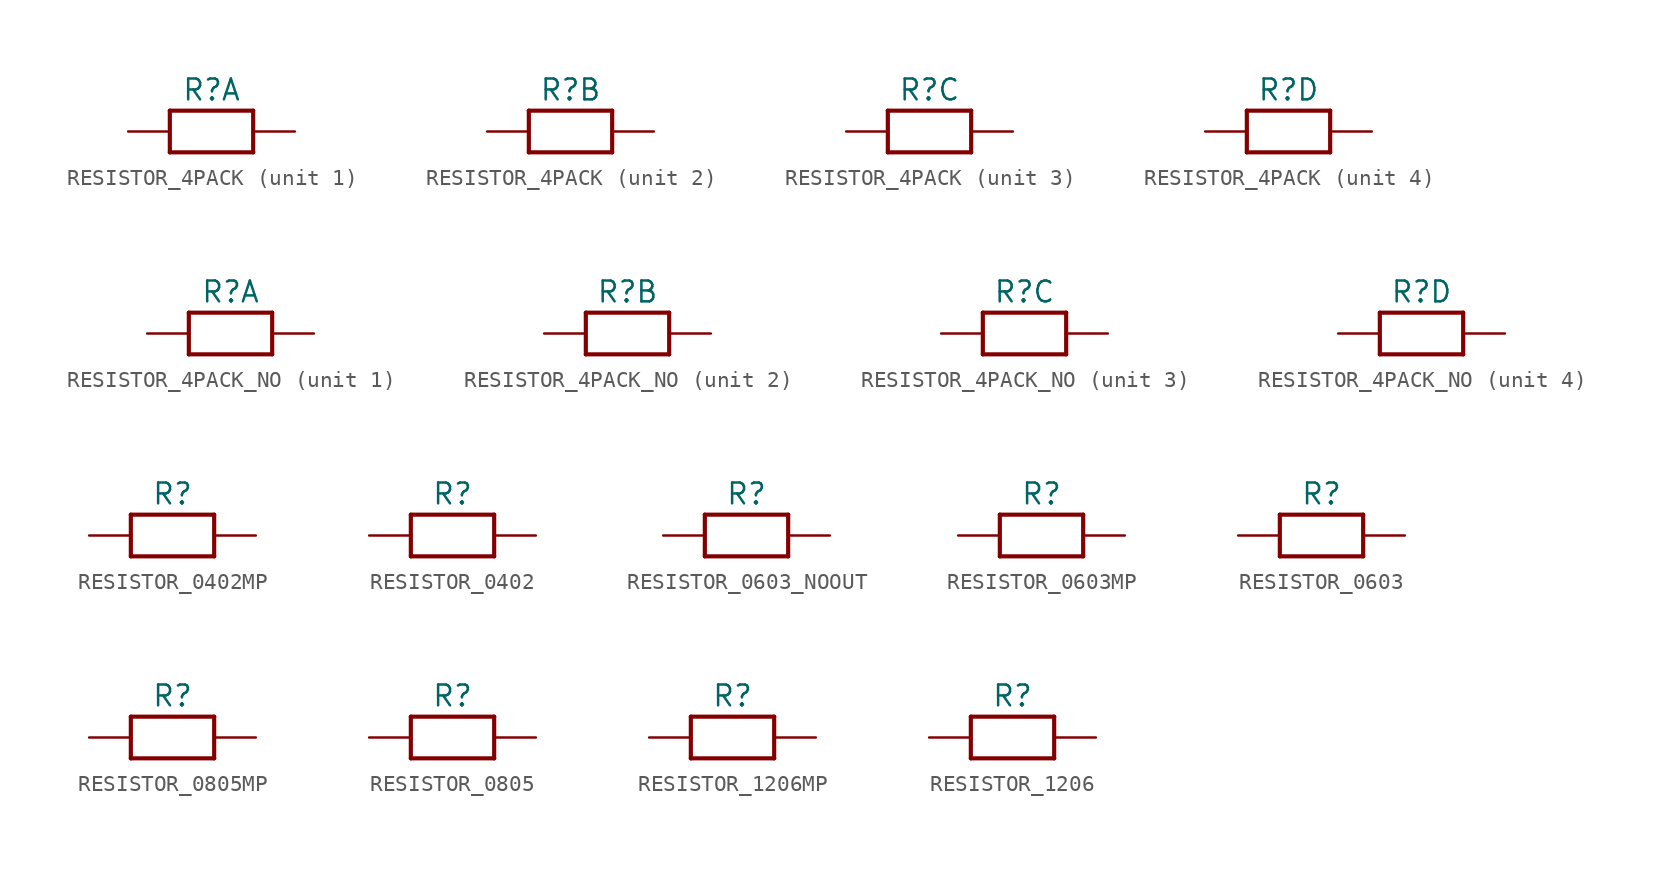
<source format=kicad_sym>
(kicad_symbol_lib
  (version 20231120)
  (generator "kicad_symbol_editor")
  (generator_version "8.0")
  (symbol "RESISTOR_4PACK"
    (property "Reference" "R"
      (at 0 2.54 0)
      (effects (font (size 1.27 1.27))))
    (property "Value" ""
      (at 0 0 0)
      (effects (font (size 1.016 1.016) (thickness 0.203) (bold yes))))
    (property "ki_locked" ""
      (at 0 0 0)
      (effects (font (size 1.27 1.27))))
    (symbol "RESISTOR_4PACK_1_0"
      (polyline (pts (xy -2.54 -1.27) (xy -2.54 1.27)) (stroke (width 0.254) (type solid)) (fill (type none)))
      (polyline (pts (xy -2.54 1.27) (xy 2.54 1.27)) (stroke (width 0.254) (type solid)) (fill (type none)))
      (polyline (pts (xy 2.54 -1.27) (xy -2.54 -1.27)) (stroke (width 0.254) (type solid)) (fill (type none)))
      (polyline (pts (xy 2.54 1.27) (xy 2.54 -1.27)) (stroke (width 0.254) (type solid)) (fill (type none)))
      (pin passive line (at -5.08 0 0) (length 2.54) (name "1" (effects (font (size 0 0)))) (number "1" (effects (font (size 0 0)))))
      (pin passive line (at 5.08 0 180) (length 2.54) (name "2" (effects (font (size 0 0)))) (number "8" (effects (font (size 0 0))))))
    (symbol "RESISTOR_4PACK_2_0"
      (polyline (pts (xy -2.54 -1.27) (xy -2.54 1.27)) (stroke (width 0.254) (type solid)) (fill (type none)))
      (polyline (pts (xy -2.54 1.27) (xy 2.54 1.27)) (stroke (width 0.254) (type solid)) (fill (type none)))
      (polyline (pts (xy 2.54 -1.27) (xy -2.54 -1.27)) (stroke (width 0.254) (type solid)) (fill (type none)))
      (polyline (pts (xy 2.54 1.27) (xy 2.54 -1.27)) (stroke (width 0.254) (type solid)) (fill (type none)))
      (pin passive line (at -5.08 0 0) (length 2.54) (name "1" (effects (font (size 0 0)))) (number "2" (effects (font (size 0 0)))))
      (pin passive line (at 5.08 0 180) (length 2.54) (name "2" (effects (font (size 0 0)))) (number "7" (effects (font (size 0 0))))))
    (symbol "RESISTOR_4PACK_3_0"
      (polyline (pts (xy -2.54 -1.27) (xy -2.54 1.27)) (stroke (width 0.254) (type solid)) (fill (type none)))
      (polyline (pts (xy -2.54 1.27) (xy 2.54 1.27)) (stroke (width 0.254) (type solid)) (fill (type none)))
      (polyline (pts (xy 2.54 -1.27) (xy -2.54 -1.27)) (stroke (width 0.254) (type solid)) (fill (type none)))
      (polyline (pts (xy 2.54 1.27) (xy 2.54 -1.27)) (stroke (width 0.254) (type solid)) (fill (type none)))
      (pin passive line (at -5.08 0 0) (length 2.54) (name "1" (effects (font (size 0 0)))) (number "3" (effects (font (size 0 0)))))
      (pin passive line (at 5.08 0 180) (length 2.54) (name "2" (effects (font (size 0 0)))) (number "6" (effects (font (size 0 0))))))
    (symbol "RESISTOR_4PACK_4_0"
      (polyline (pts (xy -2.54 -1.27) (xy -2.54 1.27)) (stroke (width 0.254) (type solid)) (fill (type none)))
      (polyline (pts (xy -2.54 1.27) (xy 2.54 1.27)) (stroke (width 0.254) (type solid)) (fill (type none)))
      (polyline (pts (xy 2.54 -1.27) (xy -2.54 -1.27)) (stroke (width 0.254) (type solid)) (fill (type none)))
      (polyline (pts (xy 2.54 1.27) (xy 2.54 -1.27)) (stroke (width 0.254) (type solid)) (fill (type none)))
      (pin passive line (at -5.08 0 0) (length 2.54) (name "1" (effects (font (size 0 0)))) (number "4" (effects (font (size 0 0)))))
      (pin passive line (at 5.08 0 180) (length 2.54) (name "2" (effects (font (size 0 0)))) (number "5" (effects (font (size 0 0)))))))
  (symbol "RESISTOR_4PACK_NO"
    (property "Reference" "R"
      (at 0 2.54 0)
      (effects (font (size 1.27 1.27))))
    (property "Value" ""
      (at 0 0 0)
      (effects (font (size 1.016 1.016) (thickness 0.203) (bold yes))))
    (property "ki_locked" ""
      (at 0 0 0)
      (effects (font (size 1.27 1.27))))
    (symbol "RESISTOR_4PACK_NO_1_0"
      (polyline (pts (xy -2.54 -1.27) (xy -2.54 1.27)) (stroke (width 0.254) (type solid)) (fill (type none)))
      (polyline (pts (xy -2.54 1.27) (xy 2.54 1.27)) (stroke (width 0.254) (type solid)) (fill (type none)))
      (polyline (pts (xy 2.54 -1.27) (xy -2.54 -1.27)) (stroke (width 0.254) (type solid)) (fill (type none)))
      (polyline (pts (xy 2.54 1.27) (xy 2.54 -1.27)) (stroke (width 0.254) (type solid)) (fill (type none)))
      (pin passive line (at -5.08 0 0) (length 2.54) (name "1" (effects (font (size 0 0)))) (number "1" (effects (font (size 0 0)))))
      (pin passive line (at 5.08 0 180) (length 2.54) (name "2" (effects (font (size 0 0)))) (number "8" (effects (font (size 0 0))))))
    (symbol "RESISTOR_4PACK_NO_2_0"
      (polyline (pts (xy -2.54 -1.27) (xy -2.54 1.27)) (stroke (width 0.254) (type solid)) (fill (type none)))
      (polyline (pts (xy -2.54 1.27) (xy 2.54 1.27)) (stroke (width 0.254) (type solid)) (fill (type none)))
      (polyline (pts (xy 2.54 -1.27) (xy -2.54 -1.27)) (stroke (width 0.254) (type solid)) (fill (type none)))
      (polyline (pts (xy 2.54 1.27) (xy 2.54 -1.27)) (stroke (width 0.254) (type solid)) (fill (type none)))
      (pin passive line (at -5.08 0 0) (length 2.54) (name "1" (effects (font (size 0 0)))) (number "2" (effects (font (size 0 0)))))
      (pin passive line (at 5.08 0 180) (length 2.54) (name "2" (effects (font (size 0 0)))) (number "7" (effects (font (size 0 0))))))
    (symbol "RESISTOR_4PACK_NO_3_0"
      (polyline (pts (xy -2.54 -1.27) (xy -2.54 1.27)) (stroke (width 0.254) (type solid)) (fill (type none)))
      (polyline (pts (xy -2.54 1.27) (xy 2.54 1.27)) (stroke (width 0.254) (type solid)) (fill (type none)))
      (polyline (pts (xy 2.54 -1.27) (xy -2.54 -1.27)) (stroke (width 0.254) (type solid)) (fill (type none)))
      (polyline (pts (xy 2.54 1.27) (xy 2.54 -1.27)) (stroke (width 0.254) (type solid)) (fill (type none)))
      (pin passive line (at -5.08 0 0) (length 2.54) (name "1" (effects (font (size 0 0)))) (number "3" (effects (font (size 0 0)))))
      (pin passive line (at 5.08 0 180) (length 2.54) (name "2" (effects (font (size 0 0)))) (number "6" (effects (font (size 0 0))))))
    (symbol "RESISTOR_4PACK_NO_4_0"
      (polyline (pts (xy -2.54 -1.27) (xy -2.54 1.27)) (stroke (width 0.254) (type solid)) (fill (type none)))
      (polyline (pts (xy -2.54 1.27) (xy 2.54 1.27)) (stroke (width 0.254) (type solid)) (fill (type none)))
      (polyline (pts (xy 2.54 -1.27) (xy -2.54 -1.27)) (stroke (width 0.254) (type solid)) (fill (type none)))
      (polyline (pts (xy 2.54 1.27) (xy 2.54 -1.27)) (stroke (width 0.254) (type solid)) (fill (type none)))
      (pin passive line (at -5.08 0 0) (length 2.54) (name "1" (effects (font (size 0 0)))) (number "4" (effects (font (size 0 0)))))
      (pin passive line (at 5.08 0 180) (length 2.54) (name "2" (effects (font (size 0 0)))) (number "5" (effects (font (size 0 0)))))))
  (symbol "RESISTOR_0402MP"
    (property "Reference" "R"
      (at 0 2.54 0)
      (effects (font (size 1.27 1.27))))
    (property "Value" ""
      (at 0 0 0)
      (effects (font (size 1.016 1.016) (thickness 0.203) (bold yes))))
    (property "ki_locked" ""
      (at 0 0 0)
      (effects (font (size 1.27 1.27))))
    (symbol "RESISTOR_0402MP_1_0"
      (polyline (pts (xy -2.54 -1.27) (xy -2.54 1.27)) (stroke (width 0.254) (type solid)) (fill (type none)))
      (polyline (pts (xy -2.54 1.27) (xy 2.54 1.27)) (stroke (width 0.254) (type solid)) (fill (type none)))
      (polyline (pts (xy 2.54 -1.27) (xy -2.54 -1.27)) (stroke (width 0.254) (type solid)) (fill (type none)))
      (polyline (pts (xy 2.54 1.27) (xy 2.54 -1.27)) (stroke (width 0.254) (type solid)) (fill (type none)))
      (pin passive line (at -5.08 0 0) (length 2.54) (name "1" (effects (font (size 0 0)))) (number "1" (effects (font (size 0 0)))))
      (pin passive line (at 5.08 0 180) (length 2.54) (name "2" (effects (font (size 0 0)))) (number "2" (effects (font (size 0 0)))))))
  (symbol "RESISTOR_0402"
    (property "Reference" "R"
      (at 0 2.54 0)
      (effects (font (size 1.27 1.27))))
    (property "Value" ""
      (at 0 0 0)
      (effects (font (size 1.016 1.016) (thickness 0.203) (bold yes))))
    (property "ki_locked" ""
      (at 0 0 0)
      (effects (font (size 1.27 1.27))))
    (symbol "RESISTOR_0402_1_0"
      (polyline (pts (xy -2.54 -1.27) (xy -2.54 1.27)) (stroke (width 0.254) (type solid)) (fill (type none)))
      (polyline (pts (xy -2.54 1.27) (xy 2.54 1.27)) (stroke (width 0.254) (type solid)) (fill (type none)))
      (polyline (pts (xy 2.54 -1.27) (xy -2.54 -1.27)) (stroke (width 0.254) (type solid)) (fill (type none)))
      (polyline (pts (xy 2.54 1.27) (xy 2.54 -1.27)) (stroke (width 0.254) (type solid)) (fill (type none)))
      (pin passive line (at -5.08 0 0) (length 2.54) (name "1" (effects (font (size 0 0)))) (number "1" (effects (font (size 0 0)))))
      (pin passive line (at 5.08 0 180) (length 2.54) (name "2" (effects (font (size 0 0)))) (number "2" (effects (font (size 0 0)))))))
  (symbol "RESISTOR_0603_NOOUT"
    (property "Reference" "R"
      (at 0 2.54 0)
      (effects (font (size 1.27 1.27))))
    (property "Value" ""
      (at 0 0 0)
      (effects (font (size 1.016 1.016) (thickness 0.203) (bold yes))))
    (property "ki_locked" ""
      (at 0 0 0)
      (effects (font (size 1.27 1.27))))
    (symbol "RESISTOR_0603_NOOUT_1_0"
      (polyline (pts (xy -2.54 -1.27) (xy -2.54 1.27)) (stroke (width 0.254) (type solid)) (fill (type none)))
      (polyline (pts (xy -2.54 1.27) (xy 2.54 1.27)) (stroke (width 0.254) (type solid)) (fill (type none)))
      (polyline (pts (xy 2.54 -1.27) (xy -2.54 -1.27)) (stroke (width 0.254) (type solid)) (fill (type none)))
      (polyline (pts (xy 2.54 1.27) (xy 2.54 -1.27)) (stroke (width 0.254) (type solid)) (fill (type none)))
      (pin passive line (at -5.08 0 0) (length 2.54) (name "1" (effects (font (size 0 0)))) (number "1" (effects (font (size 0 0)))))
      (pin passive line (at 5.08 0 180) (length 2.54) (name "2" (effects (font (size 0 0)))) (number "2" (effects (font (size 0 0)))))))
  (symbol "RESISTOR_0603MP"
    (property "Reference" "R"
      (at 0 2.54 0)
      (effects (font (size 1.27 1.27))))
    (property "Value" ""
      (at 0 0 0)
      (effects (font (size 1.016 1.016) (thickness 0.203) (bold yes))))
    (property "ki_locked" ""
      (at 0 0 0)
      (effects (font (size 1.27 1.27))))
    (symbol "RESISTOR_0603MP_1_0"
      (polyline (pts (xy -2.54 -1.27) (xy -2.54 1.27)) (stroke (width 0.254) (type solid)) (fill (type none)))
      (polyline (pts (xy -2.54 1.27) (xy 2.54 1.27)) (stroke (width 0.254) (type solid)) (fill (type none)))
      (polyline (pts (xy 2.54 -1.27) (xy -2.54 -1.27)) (stroke (width 0.254) (type solid)) (fill (type none)))
      (polyline (pts (xy 2.54 1.27) (xy 2.54 -1.27)) (stroke (width 0.254) (type solid)) (fill (type none)))
      (pin passive line (at -5.08 0 0) (length 2.54) (name "1" (effects (font (size 0 0)))) (number "1" (effects (font (size 0 0)))))
      (pin passive line (at 5.08 0 180) (length 2.54) (name "2" (effects (font (size 0 0)))) (number "2" (effects (font (size 0 0)))))))
  (symbol "RESISTOR_0603"
    (property "Reference" "R"
      (at 0 2.54 0)
      (effects (font (size 1.27 1.27))))
    (property "Value" ""
      (at 0 0 0)
      (effects (font (size 1.016 1.016) (thickness 0.203) (bold yes))))
    (property "ki_locked" ""
      (at 0 0 0)
      (effects (font (size 1.27 1.27))))
    (symbol "RESISTOR_0603_1_0"
      (polyline (pts (xy -2.54 -1.27) (xy -2.54 1.27)) (stroke (width 0.254) (type solid)) (fill (type none)))
      (polyline (pts (xy -2.54 1.27) (xy 2.54 1.27)) (stroke (width 0.254) (type solid)) (fill (type none)))
      (polyline (pts (xy 2.54 -1.27) (xy -2.54 -1.27)) (stroke (width 0.254) (type solid)) (fill (type none)))
      (polyline (pts (xy 2.54 1.27) (xy 2.54 -1.27)) (stroke (width 0.254) (type solid)) (fill (type none)))
      (pin passive line (at -5.08 0 0) (length 2.54) (name "1" (effects (font (size 0 0)))) (number "1" (effects (font (size 0 0)))))
      (pin passive line (at 5.08 0 180) (length 2.54) (name "2" (effects (font (size 0 0)))) (number "2" (effects (font (size 0 0)))))))
  (symbol "RESISTOR_0805MP"
    (property "Reference" "R"
      (at 0 2.54 0)
      (effects (font (size 1.27 1.27))))
    (property "Value" ""
      (at 0 0 0)
      (effects (font (size 1.016 1.016) (thickness 0.203) (bold yes))))
    (property "ki_locked" ""
      (at 0 0 0)
      (effects (font (size 1.27 1.27))))
    (symbol "RESISTOR_0805MP_1_0"
      (polyline (pts (xy -2.54 -1.27) (xy -2.54 1.27)) (stroke (width 0.254) (type solid)) (fill (type none)))
      (polyline (pts (xy -2.54 1.27) (xy 2.54 1.27)) (stroke (width 0.254) (type solid)) (fill (type none)))
      (polyline (pts (xy 2.54 -1.27) (xy -2.54 -1.27)) (stroke (width 0.254) (type solid)) (fill (type none)))
      (polyline (pts (xy 2.54 1.27) (xy 2.54 -1.27)) (stroke (width 0.254) (type solid)) (fill (type none)))
      (pin passive line (at -5.08 0 0) (length 2.54) (name "1" (effects (font (size 0 0)))) (number "1" (effects (font (size 0 0)))))
      (pin passive line (at 5.08 0 180) (length 2.54) (name "2" (effects (font (size 0 0)))) (number "2" (effects (font (size 0 0)))))))
  (symbol "RESISTOR_0805"
    (property "Reference" "R"
      (at 0 2.54 0)
      (effects (font (size 1.27 1.27))))
    (property "Value" ""
      (at 0 0 0)
      (effects (font (size 1.016 1.016) (thickness 0.203) (bold yes))))
    (property "ki_locked" ""
      (at 0 0 0)
      (effects (font (size 1.27 1.27))))
    (symbol "RESISTOR_0805_1_0"
      (polyline (pts (xy -2.54 -1.27) (xy -2.54 1.27)) (stroke (width 0.254) (type solid)) (fill (type none)))
      (polyline (pts (xy -2.54 1.27) (xy 2.54 1.27)) (stroke (width 0.254) (type solid)) (fill (type none)))
      (polyline (pts (xy 2.54 -1.27) (xy -2.54 -1.27)) (stroke (width 0.254) (type solid)) (fill (type none)))
      (polyline (pts (xy 2.54 1.27) (xy 2.54 -1.27)) (stroke (width 0.254) (type solid)) (fill (type none)))
      (pin passive line (at -5.08 0 0) (length 2.54) (name "1" (effects (font (size 0 0)))) (number "1" (effects (font (size 0 0)))))
      (pin passive line (at 5.08 0 180) (length 2.54) (name "2" (effects (font (size 0 0)))) (number "2" (effects (font (size 0 0)))))))
  (symbol "RESISTOR_1206MP"
    (property "Reference" "R"
      (at 0 2.54 0)
      (effects (font (size 1.27 1.27))))
    (property "Value" ""
      (at 0 0 0)
      (effects (font (size 1.016 1.016) (thickness 0.203) (bold yes))))
    (property "ki_locked" ""
      (at 0 0 0)
      (effects (font (size 1.27 1.27))))
    (symbol "RESISTOR_1206MP_1_0"
      (polyline (pts (xy -2.54 -1.27) (xy -2.54 1.27)) (stroke (width 0.254) (type solid)) (fill (type none)))
      (polyline (pts (xy -2.54 1.27) (xy 2.54 1.27)) (stroke (width 0.254) (type solid)) (fill (type none)))
      (polyline (pts (xy 2.54 -1.27) (xy -2.54 -1.27)) (stroke (width 0.254) (type solid)) (fill (type none)))
      (polyline (pts (xy 2.54 1.27) (xy 2.54 -1.27)) (stroke (width 0.254) (type solid)) (fill (type none)))
      (pin passive line (at -5.08 0 0) (length 2.54) (name "1" (effects (font (size 0 0)))) (number "1" (effects (font (size 0 0)))))
      (pin passive line (at 5.08 0 180) (length 2.54) (name "2" (effects (font (size 0 0)))) (number "2" (effects (font (size 0 0)))))))
  (symbol "RESISTOR_1206"
    (property "Reference" "R"
      (at 0 2.54 0)
      (effects (font (size 1.27 1.27))))
    (property "Value" ""
      (at 0 0 0)
      (effects (font (size 1.016 1.016) (thickness 0.203) (bold yes))))
    (property "ki_locked" ""
      (at 0 0 0)
      (effects (font (size 1.27 1.27))))
    (symbol "RESISTOR_1206_1_0"
      (polyline (pts (xy -2.54 -1.27) (xy -2.54 1.27)) (stroke (width 0.254) (type solid)) (fill (type none)))
      (polyline (pts (xy -2.54 1.27) (xy 2.54 1.27)) (stroke (width 0.254) (type solid)) (fill (type none)))
      (polyline (pts (xy 2.54 -1.27) (xy -2.54 -1.27)) (stroke (width 0.254) (type solid)) (fill (type none)))
      (polyline (pts (xy 2.54 1.27) (xy 2.54 -1.27)) (stroke (width 0.254) (type solid)) (fill (type none)))
      (pin passive line (at -5.08 0 0) (length 2.54) (name "1" (effects (font (size 0 0)))) (number "1" (effects (font (size 0 0)))))
      (pin passive line (at 5.08 0 180) (length 2.54) (name "2" (effects (font (size 0 0)))) (number "2" (effects (font (size 0 0))))))))
</source>
